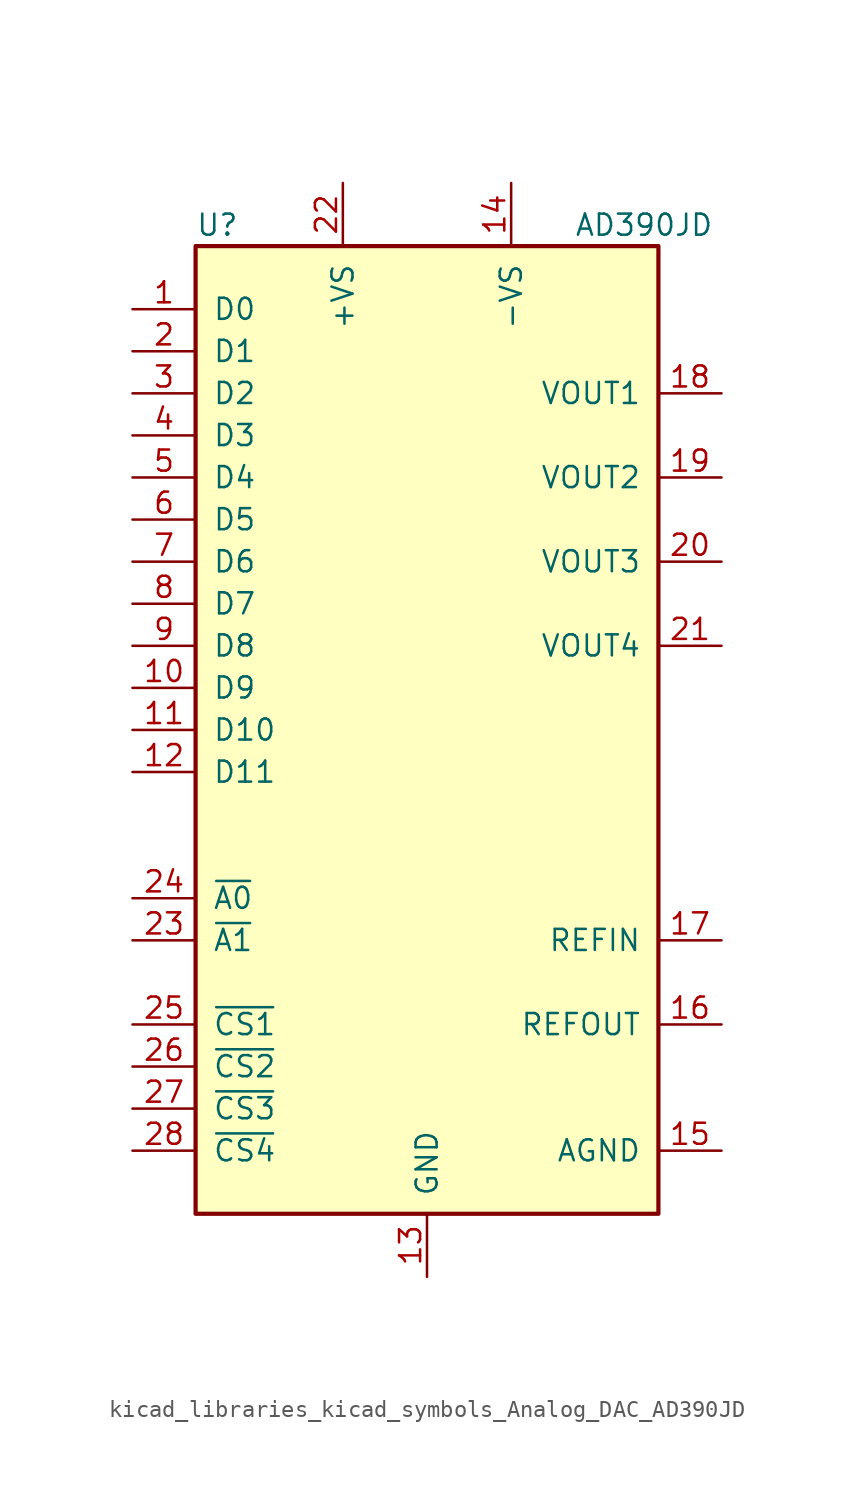
<source format=kicad_sym>
(kicad_symbol_lib
  (version 20220914)
  (generator kicad_symbol_editor)
  (symbol "kicad_libraries_kicad_symbols_Analog_DAC_AD390JD"
    (pin_names
      (offset 1.016))
    (property "Reference" "U"
      (at -13.97 30.48 0)
      (effects (font (size 1.27 1.27)) (justify left)))
    (property "Value" "AD390JD"
      (at 8.89 30.48 0)
      (effects (font (size 1.27 1.27)) (justify left)))
    (symbol "kicad_libraries_kicad_symbols_Analog_DAC_AD390JD_0_1"
      (rectangle (start -13.97 -29.21) (end 13.97 29.21) (stroke (width 0.254) (type default)) (fill (type background))))
    (symbol "kicad_libraries_kicad_symbols_Analog_DAC_AD390JD_1_1"
      (pin input line (at -17.78 25.4 0) (length 3.81) (name "D0" (effects (font (size 1.27 1.27)))) (number "1" (effects (font (size 1.27 1.27)))))
      (pin input line (at -17.78 2.54 0) (length 3.81) (name "D9" (effects (font (size 1.27 1.27)))) (number "10" (effects (font (size 1.27 1.27)))))
      (pin input line (at -17.78 0 0) (length 3.81) (name "D10" (effects (font (size 1.27 1.27)))) (number "11" (effects (font (size 1.27 1.27)))))
      (pin input line (at -17.78 -2.54 0) (length 3.81) (name "D11" (effects (font (size 1.27 1.27)))) (number "12" (effects (font (size 1.27 1.27)))))
      (pin power_in line (at 0 -33.02 90) (length 3.81) (name "GND" (effects (font (size 1.27 1.27)))) (number "13" (effects (font (size 1.27 1.27)))))
      (pin power_in line (at 5.08 33.02 270) (length 3.81) (name "-VS" (effects (font (size 1.27 1.27)))) (number "14" (effects (font (size 1.27 1.27)))))
      (pin passive line (at 17.78 -25.4 180) (length 3.81) (name "AGND" (effects (font (size 1.27 1.27)))) (number "15" (effects (font (size 1.27 1.27)))))
      (pin passive line (at 17.78 -17.78 180) (length 3.81) (name "REFOUT" (effects (font (size 1.27 1.27)))) (number "16" (effects (font (size 1.27 1.27)))))
      (pin passive line (at 17.78 -12.7 180) (length 3.81) (name "REFIN" (effects (font (size 1.27 1.27)))) (number "17" (effects (font (size 1.27 1.27)))))
      (pin passive line (at 17.78 20.32 180) (length 3.81) (name "VOUT1" (effects (font (size 1.27 1.27)))) (number "18" (effects (font (size 1.27 1.27)))))
      (pin passive line (at 17.78 15.24 180) (length 3.81) (name "VOUT2" (effects (font (size 1.27 1.27)))) (number "19" (effects (font (size 1.27 1.27)))))
      (pin input line (at -17.78 22.86 0) (length 3.81) (name "D1" (effects (font (size 1.27 1.27)))) (number "2" (effects (font (size 1.27 1.27)))))
      (pin passive line (at 17.78 10.16 180) (length 3.81) (name "VOUT3" (effects (font (size 1.27 1.27)))) (number "20" (effects (font (size 1.27 1.27)))))
      (pin passive line (at 17.78 5.08 180) (length 3.81) (name "VOUT4" (effects (font (size 1.27 1.27)))) (number "21" (effects (font (size 1.27 1.27)))))
      (pin power_in line (at -5.08 33.02 270) (length 3.81) (name "+VS" (effects (font (size 1.27 1.27)))) (number "22" (effects (font (size 1.27 1.27)))))
      (pin input line (at -17.78 -12.7 0) (length 3.81) (name "~{A1}" (effects (font (size 1.27 1.27)))) (number "23" (effects (font (size 1.27 1.27)))))
      (pin input line (at -17.78 -10.16 0) (length 3.81) (name "~{A0}" (effects (font (size 1.27 1.27)))) (number "24" (effects (font (size 1.27 1.27)))))
      (pin input line (at -17.78 -17.78 0) (length 3.81) (name "~{CS1}" (effects (font (size 1.27 1.27)))) (number "25" (effects (font (size 1.27 1.27)))))
      (pin input line (at -17.78 -20.32 0) (length 3.81) (name "~{CS2}" (effects (font (size 1.27 1.27)))) (number "26" (effects (font (size 1.27 1.27)))))
      (pin input line (at -17.78 -22.86 0) (length 3.81) (name "~{CS3}" (effects (font (size 1.27 1.27)))) (number "27" (effects (font (size 1.27 1.27)))))
      (pin input line (at -17.78 -25.4 0) (length 3.81) (name "~{CS4}" (effects (font (size 1.27 1.27)))) (number "28" (effects (font (size 1.27 1.27)))))
      (pin input line (at -17.78 20.32 0) (length 3.81) (name "D2" (effects (font (size 1.27 1.27)))) (number "3" (effects (font (size 1.27 1.27)))))
      (pin input line (at -17.78 17.78 0) (length 3.81) (name "D3" (effects (font (size 1.27 1.27)))) (number "4" (effects (font (size 1.27 1.27)))))
      (pin input line (at -17.78 15.24 0) (length 3.81) (name "D4" (effects (font (size 1.27 1.27)))) (number "5" (effects (font (size 1.27 1.27)))))
      (pin input line (at -17.78 12.7 0) (length 3.81) (name "D5" (effects (font (size 1.27 1.27)))) (number "6" (effects (font (size 1.27 1.27)))))
      (pin input line (at -17.78 10.16 0) (length 3.81) (name "D6" (effects (font (size 1.27 1.27)))) (number "7" (effects (font (size 1.27 1.27)))))
      (pin input line (at -17.78 7.62 0) (length 3.81) (name "D7" (effects (font (size 1.27 1.27)))) (number "8" (effects (font (size 1.27 1.27)))))
      (pin input line (at -17.78 5.08 0) (length 3.81) (name "D8" (effects (font (size 1.27 1.27)))) (number "9" (effects (font (size 1.27 1.27))))))))
</source>
